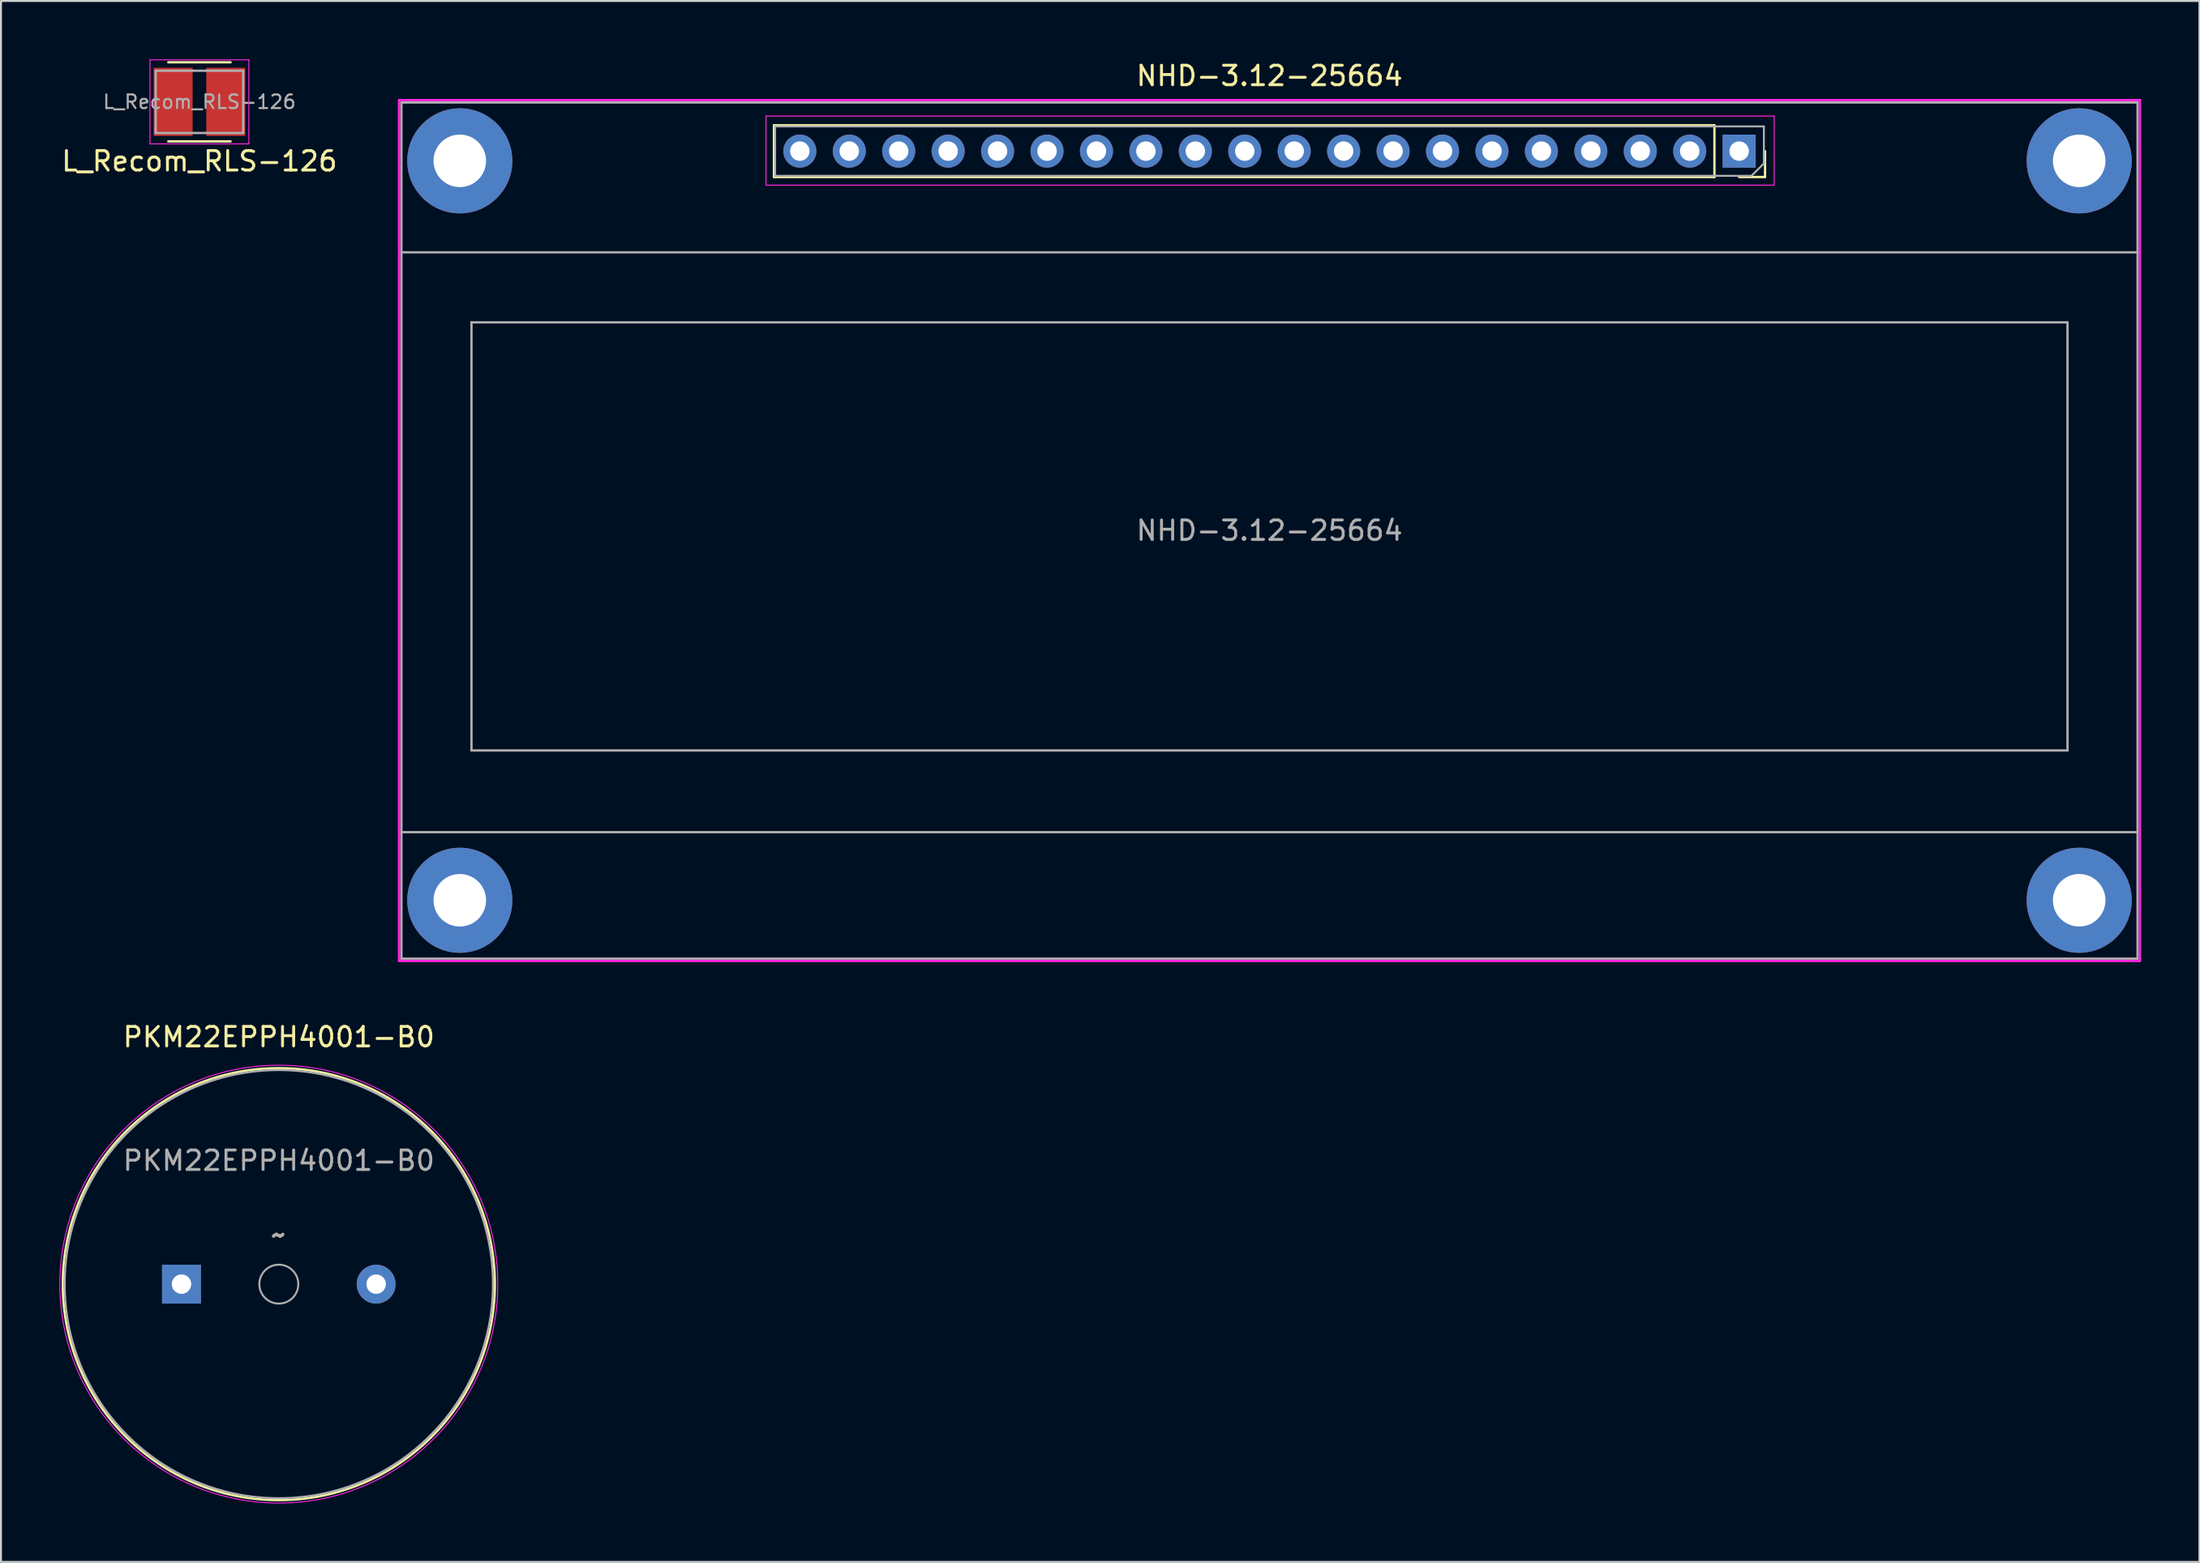
<source format=kicad_pcb>
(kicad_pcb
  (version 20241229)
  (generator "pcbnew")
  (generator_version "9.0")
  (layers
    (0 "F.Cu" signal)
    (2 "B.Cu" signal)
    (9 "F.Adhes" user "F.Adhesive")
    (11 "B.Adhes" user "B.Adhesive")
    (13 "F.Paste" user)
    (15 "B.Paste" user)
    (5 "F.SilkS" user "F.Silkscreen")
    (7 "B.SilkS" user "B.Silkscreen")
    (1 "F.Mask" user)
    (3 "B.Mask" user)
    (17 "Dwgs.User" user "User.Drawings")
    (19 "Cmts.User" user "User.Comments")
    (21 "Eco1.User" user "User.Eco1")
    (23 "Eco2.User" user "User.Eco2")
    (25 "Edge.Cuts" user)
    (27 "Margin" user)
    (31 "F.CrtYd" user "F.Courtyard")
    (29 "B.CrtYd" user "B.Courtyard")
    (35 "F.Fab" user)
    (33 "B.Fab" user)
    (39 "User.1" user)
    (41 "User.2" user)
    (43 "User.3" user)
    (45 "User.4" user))
  (footprint "NHD-3.12-25664"
    (layer "F.Cu")
    (at 62.173 24.216)
    (property "Reference" "NHD-3.12-25664" (at 0 -23.368 0) (layer "F.SilkS") (effects (font (size 1 1) (thickness 0.15))))
    (attr through_hole)
    (fp_line (start -25.46 -20.83) (end -25.46 -18.17) (stroke (width 0.12) (type solid)) (layer "F.SilkS"))
    (fp_line (start 22.86 -20.83) (end -25.46 -20.83) (stroke (width 0.12) (type solid)) (layer "F.SilkS"))
    (fp_line (start 22.86 -20.83) (end 22.86 -18.17) (stroke (width 0.12) (type solid)) (layer "F.SilkS"))
    (fp_line (start 22.86 -18.17) (end -25.46 -18.17) (stroke (width 0.12) (type solid)) (layer "F.SilkS"))
    (fp_line (start 25.46 -19.5) (end 25.46 -18.17) (stroke (width 0.12) (type solid)) (layer "F.SilkS"))
    (fp_line (start 25.46 -18.17) (end 24.13 -18.17) (stroke (width 0.12) (type solid)) (layer "F.SilkS"))
    (fp_line (start -44.72 -22.12) (end -44.72 22.12) (stroke (width 0.12) (type solid)) (layer "F.CrtYd"))
    (fp_line (start -44.72 -22.12) (end 44.72 -22.12) (stroke (width 0.12) (type solid)) (layer "F.CrtYd"))
    (fp_line (start -44.72 22.12) (end 44.72 22.12) (stroke (width 0.12) (type solid)) (layer "F.CrtYd"))
    (fp_line (start -25.87 -21.3) (end 25.93 -21.3) (stroke (width 0.05) (type solid)) (layer "F.CrtYd"))
    (fp_line (start -25.87 -17.75) (end -25.87 -21.3) (stroke (width 0.05) (type solid)) (layer "F.CrtYd"))
    (fp_line (start 25.93 -21.3) (end 25.93 -17.75) (stroke (width 0.05) (type solid)) (layer "F.CrtYd"))
    (fp_line (start 25.93 -17.75) (end -25.87 -17.75) (stroke (width 0.05) (type solid)) (layer "F.CrtYd"))
    (fp_line (start 44.72 -22.12) (end 44.72 22.12) (stroke (width 0.12) (type solid)) (layer "F.CrtYd"))
    (fp_line (start -44.6 -22) (end -44.6 22) (stroke (width 0.12) (type solid)) (layer "F.Fab"))
    (fp_line (start -44.6 -22) (end 44.6 -22) (stroke (width 0.12) (type solid)) (layer "F.Fab"))
    (fp_line (start -44.6 -14.3) (end 44.6 -14.3) (stroke (width 0.12) (type solid)) (layer "F.Fab"))
    (fp_line (start -44.6 15.5) (end 44.6 15.5) (stroke (width 0.12) (type solid)) (layer "F.Fab"))
    (fp_line (start -44.6 22) (end 44.6 22) (stroke (width 0.12) (type solid)) (layer "F.Fab"))
    (fp_line (start -41 -10.7) (end -41 11.3) (stroke (width 0.12) (type solid)) (layer "F.Fab"))
    (fp_line (start -41 -10.7) (end 41 -10.7) (stroke (width 0.12) (type solid)) (layer "F.Fab"))
    (fp_line (start -41 11.3) (end 41 11.3) (stroke (width 0.12) (type solid)) (layer "F.Fab"))
    (fp_line (start -25.4 -20.77) (end 25.4 -20.77) (stroke (width 0.1) (type solid)) (layer "F.Fab"))
    (fp_line (start -25.4 -18.23) (end -25.4 -20.77) (stroke (width 0.1) (type solid)) (layer "F.Fab"))
    (fp_line (start 24.765 -18.23) (end -25.4 -18.23) (stroke (width 0.1) (type solid)) (layer "F.Fab"))
    (fp_line (start 25.4 -20.77) (end 25.4 -18.865) (stroke (width 0.1) (type solid)) (layer "F.Fab"))
    (fp_line (start 25.4 -18.865) (end 24.765 -18.23) (stroke (width 0.1) (type solid)) (layer "F.Fab"))
    (fp_line (start 41 -10.7) (end 41 11.3) (stroke (width 0.12) (type solid)) (layer "F.Fab"))
    (fp_line (start 44.6 -22) (end 44.6 22) (stroke (width 0.12) (type solid)) (layer "F.Fab"))
    (fp_text user "${REFERENCE}" (at 0 0 0) (layer "F.Fab") (effects (font (size 1 1) (thickness 0.15))))
    (pad "" thru_hole circle (at -41.6 -19) (size 5.4 5.4) (drill 2.7) (layers "*.Cu" "*.Mask"))
    (pad "" thru_hole circle (at -41.6 19) (size 5.4 5.4) (drill 2.7) (layers "*.Cu" "*.Mask"))
    (pad "" thru_hole circle (at 41.6 -19) (size 5.4 5.4) (drill 2.7) (layers "*.Cu" "*.Mask"))
    (pad "" thru_hole circle (at 41.6 19) (size 5.4 5.4) (drill 2.7) (layers "*.Cu" "*.Mask"))
    (pad "1" thru_hole rect (at 24.13 -19.5 270) (size 1.7 1.7) (drill 1) (layers "*.Cu" "*.Mask"))
    (pad "2" thru_hole oval (at 21.59 -19.5 270) (size 1.7 1.7) (drill 1) (layers "*.Cu" "*.Mask"))
    (pad "3" thru_hole oval (at 19.05 -19.5 270) (size 1.7 1.7) (drill 1) (layers "*.Cu" "*.Mask"))
    (pad "4" thru_hole oval (at 16.51 -19.5 270) (size 1.7 1.7) (drill 1) (layers "*.Cu" "*.Mask"))
    (pad "5" thru_hole oval (at 13.97 -19.5 270) (size 1.7 1.7) (drill 1) (layers "*.Cu" "*.Mask"))
    (pad "6" thru_hole oval (at 11.43 -19.5 270) (size 1.7 1.7) (drill 1) (layers "*.Cu" "*.Mask"))
    (pad "7" thru_hole oval (at 8.89 -19.5 270) (size 1.7 1.7) (drill 1) (layers "*.Cu" "*.Mask"))
    (pad "8" thru_hole oval (at 6.35 -19.5 270) (size 1.7 1.7) (drill 1) (layers "*.Cu" "*.Mask"))
    (pad "9" thru_hole oval (at 3.81 -19.5 270) (size 1.7 1.7) (drill 1) (layers "*.Cu" "*.Mask"))
    (pad "10" thru_hole oval (at 1.27 -19.5 270) (size 1.7 1.7) (drill 1) (layers "*.Cu" "*.Mask"))
    (pad "11" thru_hole oval (at -1.27 -19.5 270) (size 1.7 1.7) (drill 1) (layers "*.Cu" "*.Mask"))
    (pad "12" thru_hole oval (at -3.81 -19.5 270) (size 1.7 1.7) (drill 1) (layers "*.Cu" "*.Mask"))
    (pad "13" thru_hole oval (at -6.35 -19.5 270) (size 1.7 1.7) (drill 1) (layers "*.Cu" "*.Mask"))
    (pad "14" thru_hole oval (at -8.89 -19.5 270) (size 1.7 1.7) (drill 1) (layers "*.Cu" "*.Mask"))
    (pad "15" thru_hole oval (at -11.43 -19.5 270) (size 1.7 1.7) (drill 1) (layers "*.Cu" "*.Mask"))
    (pad "16" thru_hole oval (at -13.97 -19.5 270) (size 1.7 1.7) (drill 1) (layers "*.Cu" "*.Mask"))
    (pad "17" thru_hole oval (at -16.51 -19.5 270) (size 1.7 1.7) (drill 1) (layers "*.Cu" "*.Mask"))
    (pad "18" thru_hole oval (at -19.05 -19.5 270) (size 1.7 1.7) (drill 1) (layers "*.Cu" "*.Mask"))
    (pad "19" thru_hole oval (at -21.59 -19.5 270) (size 1.7 1.7) (drill 1) (layers "*.Cu" "*.Mask"))
    (pad "20" thru_hole oval (at -24.13 -19.5 270) (size 1.7 1.7) (drill 1) (layers "*.Cu" "*.Mask")))
  (footprint "PKM22EPPH4001-B0"
    (layer "F.Cu")
    (at 11.275 62.944)
    (property "Reference" "PKM22EPPH4001-B0" (at 0 -12.7 0) (layer "F.SilkS") (effects (font (size 1 1) (thickness 0.15))))
    (attr through_hole)
    (fp_circle (center 0 0) (end 11.1 0) (stroke (width 0.12) (type solid)) (fill no) (layer "F.SilkS"))
    (fp_circle (center 0 0) (end 11.25 0) (stroke (width 0.05) (type solid)) (fill no) (layer "F.CrtYd"))
    (fp_circle (center 0 0) (end 1 0) (stroke (width 0.1) (type solid)) (fill no) (layer "F.Fab"))
    (fp_circle (center 0 0) (end 11 0) (stroke (width 0.1) (type solid)) (fill no) (layer "F.Fab"))
    (fp_text user "~" (at -0.01 -2.54 0) (layer "F.SilkS") (effects (font (size 1 1) (thickness 0.15))))
    (fp_text user "~" (at -0.01 -2.54 0) (layer "F.Fab") (effects (font (size 1 1) (thickness 0.15))))
    (fp_text user "${REFERENCE}" (at 0 -6.35 0) (layer "F.Fab") (effects (font (size 1 1) (thickness 0.15))))
    (pad "1" thru_hole rect (at -5 0) (size 2 2) (drill 1) (layers "*.Cu" "*.Mask"))
    (pad "2" thru_hole circle (at 5 0) (size 2 2) (drill 1) (layers "*.Cu" "*.Mask")))
  (footprint "L_Recom_RLS-126"
    (layer "F.Cu")
    (at 7.196 2.184)
    (property "Reference" "L_Recom_RLS-126" (at 0 3.048 0) (layer "F.SilkS") (effects (font (size 1 1) (thickness 0.15))))
    (attr smd)
    (fp_line (start -1.6 -2.032) (end 1.6 -2.032) (stroke (width 0.12) (type solid)) (layer "F.SilkS"))
    (fp_line (start -1.6 2.032) (end 1.6 2.032) (stroke (width 0.12) (type solid)) (layer "F.SilkS"))
    (fp_line (start -2.54 -2.159) (end -2.54 2.159) (stroke (width 0.05) (type solid)) (layer "F.CrtYd"))
    (fp_line (start -2.54 2.159) (end 2.54 2.159) (stroke (width 0.05) (type solid)) (layer "F.CrtYd"))
    (fp_line (start 2.54 -2.159) (end -2.54 -2.159) (stroke (width 0.05) (type solid)) (layer "F.CrtYd"))
    (fp_line (start 2.54 2.159) (end 2.54 -2.159) (stroke (width 0.05) (type solid)) (layer "F.CrtYd"))
    (fp_line (start -2.25 -1.6) (end -2.25 1.6) (stroke (width 0.12) (type solid)) (layer "F.Fab"))
    (fp_line (start -2.25 -1.6) (end 2.25 -1.6) (stroke (width 0.12) (type solid)) (layer "F.Fab"))
    (fp_line (start -2.25 1.6) (end 2.25 1.6) (stroke (width 0.12) (type solid)) (layer "F.Fab"))
    (fp_line (start 2.25 -1.6) (end 2.25 1.6) (stroke (width 0.12) (type solid)) (layer "F.Fab"))
    (fp_text user "${REFERENCE}" (at 0 0 0) (layer "F.Fab") (effects (font (size 0.7 0.7) (thickness 0.105))))
    (pad "1" smd rect (at -1.35 0) (size 2 3.5) (layers "F.Cu" "F.Mask" "F.Paste"))
    (pad "2" smd rect (at 1.35 0) (size 2 3.5) (layers "F.Cu" "F.Mask" "F.Paste")))
  (gr_rect
    (start -3 -3)
    (end 109.953 77.219)
    (stroke (width 0.1) (type default))
    (fill no)
    (layer "Edge.Cuts")))
</source>
